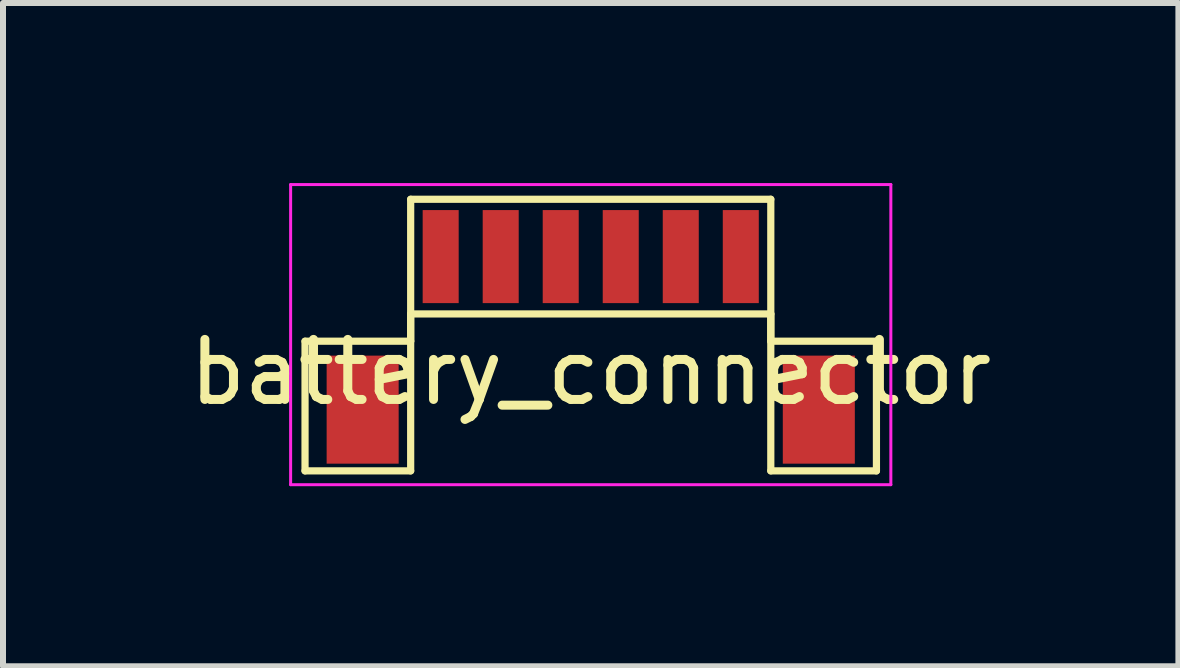
<source format=kicad_pcb>
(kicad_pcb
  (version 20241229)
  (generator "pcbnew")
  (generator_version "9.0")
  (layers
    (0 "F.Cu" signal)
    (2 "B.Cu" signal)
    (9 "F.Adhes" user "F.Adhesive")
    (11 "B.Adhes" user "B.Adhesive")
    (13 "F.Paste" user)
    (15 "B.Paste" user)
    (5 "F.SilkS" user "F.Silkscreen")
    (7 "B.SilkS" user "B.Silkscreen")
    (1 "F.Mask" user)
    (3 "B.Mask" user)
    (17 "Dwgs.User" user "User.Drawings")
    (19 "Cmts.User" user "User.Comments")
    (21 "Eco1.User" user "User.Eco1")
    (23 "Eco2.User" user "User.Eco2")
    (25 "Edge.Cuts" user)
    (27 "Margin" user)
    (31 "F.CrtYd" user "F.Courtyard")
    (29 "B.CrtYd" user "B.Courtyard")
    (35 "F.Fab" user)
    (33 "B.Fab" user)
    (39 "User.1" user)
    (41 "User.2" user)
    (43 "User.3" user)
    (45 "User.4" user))
  (footprint "battery_connector"
    (layer "F.Cu")
    (at 6.792 1.225)
    (property "Reference" "battery_connector" (at 0 1.925 0) (layer "F.SilkS") (effects (font (size 1 1) (thickness 0.15))))
    (attr smd)
    (fp_line (start -4.76 1.41) (end -3 1.41) (stroke (width 0.12) (type solid)) (layer "F.SilkS"))
    (fp_line (start -4.76 3.57) (end -4.76 1.41) (stroke (width 0.12) (type solid)) (layer "F.SilkS"))
    (fp_line (start -3 -0.955) (end 3 -0.955) (stroke (width 0.12) (type solid)) (layer "F.SilkS"))
    (fp_line (start -3 0.955) (end -3 3.57) (stroke (width 0.12) (type solid)) (layer "F.SilkS"))
    (fp_line (start -3 0.955) (end 3 0.955) (stroke (width 0.12) (type solid)) (layer "F.SilkS"))
    (fp_line (start -3 1.41) (end -3 -0.955) (stroke (width 0.12) (type solid)) (layer "F.SilkS"))
    (fp_line (start -3 3.57) (end -4.76 3.57) (stroke (width 0.12) (type solid)) (layer "F.SilkS"))
    (fp_line (start 3 0.955) (end 3 3.57) (stroke (width 0.12) (type solid)) (layer "F.SilkS"))
    (fp_line (start 3 1.41) (end 3 -0.955) (stroke (width 0.12) (type solid)) (layer "F.SilkS"))
    (fp_line (start 3 3.57) (end 4.76 3.57) (stroke (width 0.12) (type solid)) (layer "F.SilkS"))
    (fp_line (start 4.76 1.41) (end 3 1.41) (stroke (width 0.12) (type solid)) (layer "F.SilkS"))
    (fp_line (start 4.76 3.57) (end 4.76 1.41) (stroke (width 0.12) (type solid)) (layer "F.SilkS"))
    (fp_line (start -5 -1.2) (end -5 3.8) (stroke (width 0.05) (type solid)) (layer "F.CrtYd"))
    (fp_line (start -5 -1.2) (end 5 -1.2) (stroke (width 0.05) (type solid)) (layer "F.CrtYd"))
    (fp_line (start -5 3.8) (end 5 3.8) (stroke (width 0.05) (type solid)) (layer "F.CrtYd"))
    (fp_line (start 5 -1.2) (end 5 3.8) (stroke (width 0.05) (type solid)) (layer "F.CrtYd"))
    (pad "0" smd rect (at -3.8 2.55) (size 1.2 1.8) (layers "F.Cu" "F.Mask" "F.Paste"))
    (pad "0" smd rect (at 3.8 2.55) (size 1.2 1.8) (layers "F.Cu" "F.Mask" "F.Paste"))
    (pad "1" smd rect (at -2.5 0) (size 0.6 1.55) (layers "F.Cu" "F.Mask" "F.Paste"))
    (pad "2" smd rect (at -1.5 0) (size 0.6 1.55) (layers "F.Cu" "F.Mask" "F.Paste"))
    (pad "3" smd rect (at -0.5 0) (size 0.6 1.55) (layers "F.Cu" "F.Mask" "F.Paste"))
    (pad "4" smd rect (at 0.5 0) (size 0.6 1.55) (layers "F.Cu" "F.Mask" "F.Paste"))
    (pad "5" smd rect (at 1.5 0) (size 0.6 1.55) (layers "F.Cu" "F.Mask" "F.Paste"))
    (pad "6" smd rect (at 2.5 0) (size 0.6 1.55) (layers "F.Cu" "F.Mask" "F.Paste")))
  (gr_rect
    (start -3 -3)
    (end 16.583 8.05)
    (stroke (width 0.1) (type default))
    (fill no)
    (layer "Edge.Cuts")))
</source>
